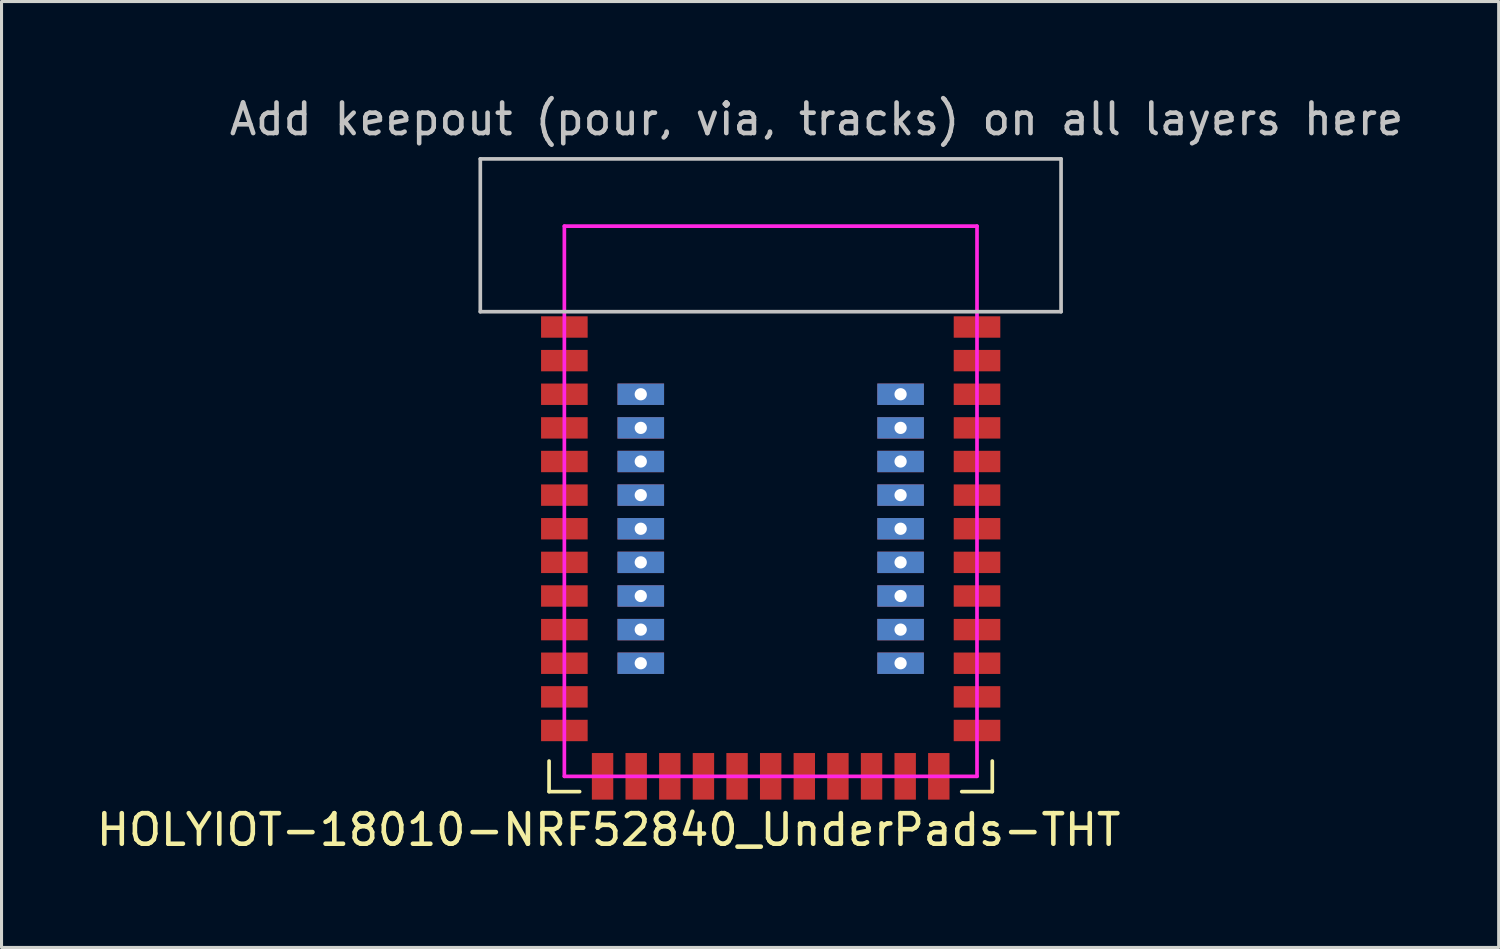
<source format=kicad_pcb>
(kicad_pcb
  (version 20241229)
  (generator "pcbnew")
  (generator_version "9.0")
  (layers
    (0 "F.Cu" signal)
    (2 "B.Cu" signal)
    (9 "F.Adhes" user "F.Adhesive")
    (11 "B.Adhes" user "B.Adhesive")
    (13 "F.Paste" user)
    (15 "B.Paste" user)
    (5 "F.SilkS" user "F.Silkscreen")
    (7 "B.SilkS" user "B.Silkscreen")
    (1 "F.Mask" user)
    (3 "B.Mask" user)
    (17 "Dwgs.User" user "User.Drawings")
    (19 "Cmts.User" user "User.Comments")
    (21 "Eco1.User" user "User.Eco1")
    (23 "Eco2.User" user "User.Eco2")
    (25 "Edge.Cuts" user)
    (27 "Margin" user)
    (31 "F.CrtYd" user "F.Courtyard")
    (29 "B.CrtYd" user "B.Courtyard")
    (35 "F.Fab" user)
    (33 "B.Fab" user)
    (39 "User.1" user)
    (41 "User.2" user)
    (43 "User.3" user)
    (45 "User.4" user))
  (footprint "HOLYIOT-18010-NRF52840_UnderPads-THT"
    (layer "F.Cu")
    (at 22.163 13.348)
    (property "Reference" "HOLYIOT-18010-NRF52840_UnderPads-THT" (at -5.3 10.75 0) (layer "F.SilkS") (effects (font (size 1 1) (thickness 0.15))))
    (attr smd)
    (fp_line (start -7.25 8.5) (end -7.25 9.5) (stroke (width 0.12) (type solid)) (layer "F.SilkS"))
    (fp_line (start -6.25 9.5) (end -7.25 9.5) (stroke (width 0.12) (type solid)) (layer "F.SilkS"))
    (fp_line (start 6.25 9.5) (end 7.25 9.5) (stroke (width 0.12) (type solid)) (layer "F.SilkS"))
    (fp_line (start 7.25 8.5) (end 7.25 9.5) (stroke (width 0.12) (type solid)) (layer "F.SilkS"))
    (fp_line (start -9.5 -11.2) (end 9.5 -11.2) (stroke (width 0.12) (type solid)) (layer "Dwgs.User"))
    (fp_line (start -9.5 -6.2) (end -9.5 -11.2) (stroke (width 0.12) (type solid)) (layer "Dwgs.User"))
    (fp_line (start 9.5 -11.2) (end 9.5 -6.2) (stroke (width 0.12) (type solid)) (layer "Dwgs.User"))
    (fp_line (start 9.5 -6.2) (end -9.5 -6.2) (stroke (width 0.12) (type solid)) (layer "Dwgs.User"))
    (fp_line (start -6.75 -9) (end 6.75 -9) (stroke (width 0.12) (type solid)) (layer "F.CrtYd"))
    (fp_line (start -6.75 9) (end -6.75 -9) (stroke (width 0.12) (type solid)) (layer "F.CrtYd"))
    (fp_line (start 6.75 -9) (end 6.75 9) (stroke (width 0.12) (type solid)) (layer "F.CrtYd"))
    (fp_line (start 6.75 9) (end -6.75 9) (stroke (width 0.12) (type solid)) (layer "F.CrtYd"))
    (fp_text user "Add keepout (pour, via, tracks) on all layers here" (at 1.5 -12.5 0) (layer "Dwgs.User") (effects (font (size 1 1) (thickness 0.15))))
    (pad "1" smd rect (at -6.75 -5.7) (size 1.524 0.7) (layers "F.Cu" "F.Mask" "F.Paste"))
    (pad "2" smd rect (at -6.75 -4.6) (size 1.524 0.7) (layers "F.Cu" "F.Mask" "F.Paste"))
    (pad "3" smd rect (at -6.75 -3.5) (size 1.524 0.7) (layers "F.Cu" "F.Mask" "F.Paste"))
    (pad "4" smd rect (at -6.75 -2.4) (size 1.524 0.7) (layers "F.Cu" "F.Mask" "F.Paste"))
    (pad "5" smd rect (at -6.75 -1.3) (size 1.524 0.7) (layers "F.Cu" "F.Mask" "F.Paste"))
    (pad "6" smd rect (at -6.75 -0.2) (size 1.524 0.7) (layers "F.Cu" "F.Mask" "F.Paste"))
    (pad "7" smd rect (at -6.75 0.9) (size 1.524 0.7) (layers "F.Cu" "F.Mask" "F.Paste"))
    (pad "8" smd rect (at -6.75 2) (size 1.524 0.7) (layers "F.Cu" "F.Mask" "F.Paste"))
    (pad "9" smd rect (at -6.75 3.1) (size 1.524 0.7) (layers "F.Cu" "F.Mask" "F.Paste"))
    (pad "10" smd rect (at -6.75 4.2) (size 1.524 0.7) (layers "F.Cu" "F.Mask" "F.Paste"))
    (pad "11" smd rect (at -6.75 5.3) (size 1.524 0.7) (layers "F.Cu" "F.Mask" "F.Paste"))
    (pad "12" smd rect (at -6.75 6.4) (size 1.524 0.7) (layers "F.Cu" "F.Mask" "F.Paste"))
    (pad "13" smd rect (at -6.75 7.5) (size 1.524 0.7) (layers "F.Cu" "F.Mask" "F.Paste"))
    (pad "14" smd rect (at -5.5 9 90) (size 1.524 0.7) (layers "F.Cu" "F.Mask" "F.Paste"))
    (pad "15" smd rect (at -4.4 9 90) (size 1.524 0.7) (layers "F.Cu" "F.Mask" "F.Paste"))
    (pad "16" smd rect (at -3.3 9 90) (size 1.524 0.7) (layers "F.Cu" "F.Mask" "F.Paste"))
    (pad "17" smd rect (at -2.2 9 90) (size 1.524 0.7) (layers "F.Cu" "F.Mask" "F.Paste"))
    (pad "18" smd rect (at -1.1 9 90) (size 1.524 0.7) (layers "F.Cu" "F.Mask" "F.Paste"))
    (pad "19" smd rect (at 0 9 90) (size 1.524 0.7) (layers "F.Cu" "F.Mask" "F.Paste"))
    (pad "20" smd rect (at 1.1 9 90) (size 1.524 0.7) (layers "F.Cu" "F.Mask" "F.Paste"))
    (pad "21" smd rect (at 2.2 9 90) (size 1.524 0.7) (layers "F.Cu" "F.Mask" "F.Paste"))
    (pad "22" smd rect (at 3.3 9 90) (size 1.524 0.7) (layers "F.Cu" "F.Mask" "F.Paste"))
    (pad "23" smd rect (at 4.4 9 90) (size 1.524 0.7) (layers "F.Cu" "F.Mask" "F.Paste"))
    (pad "24" smd rect (at 5.5 9 90) (size 1.524 0.7) (layers "F.Cu" "F.Mask" "F.Paste"))
    (pad "25" smd rect (at 6.75 7.5 180) (size 1.524 0.7) (layers "F.Cu" "F.Mask" "F.Paste"))
    (pad "26" smd rect (at 6.75 6.4 180) (size 1.524 0.7) (layers "F.Cu" "F.Mask" "F.Paste"))
    (pad "27" smd rect (at 6.75 5.3 180) (size 1.524 0.7) (layers "F.Cu" "F.Mask" "F.Paste"))
    (pad "28" smd rect (at 6.75 4.2 180) (size 1.524 0.7) (layers "F.Cu" "F.Mask" "F.Paste"))
    (pad "29" smd rect (at 6.75 3.1 180) (size 1.524 0.7) (layers "F.Cu" "F.Mask" "F.Paste"))
    (pad "30" smd rect (at 6.75 2 180) (size 1.524 0.7) (layers "F.Cu" "F.Mask" "F.Paste"))
    (pad "31" smd rect (at 6.75 0.9 180) (size 1.524 0.7) (layers "F.Cu" "F.Mask" "F.Paste"))
    (pad "32" smd rect (at 6.75 -0.2 180) (size 1.524 0.7) (layers "F.Cu" "F.Mask" "F.Paste"))
    (pad "33" smd rect (at 6.75 -1.3 180) (size 1.524 0.7) (layers "F.Cu" "F.Mask" "F.Paste"))
    (pad "34" smd rect (at 6.75 -2.4 180) (size 1.524 0.7) (layers "F.Cu" "F.Mask" "F.Paste"))
    (pad "35" smd rect (at 6.75 -3.5 180) (size 1.524 0.7) (layers "F.Cu" "F.Mask" "F.Paste"))
    (pad "36" smd rect (at 6.75 -4.6 180) (size 1.524 0.7) (layers "F.Cu" "F.Mask" "F.Paste"))
    (pad "37" smd rect (at 6.75 -5.7 180) (size 1.524 0.7) (layers "F.Cu" "F.Mask" "F.Paste"))
    (pad "38" thru_hole rect (at -4.25 -3.5 180) (size 1.524 0.7) (drill 0.4) (layers "*.Cu" "*.Mask"))
    (pad "39" thru_hole rect (at -4.25 -2.4 180) (size 1.524 0.7) (drill 0.4) (layers "*.Cu" "*.Mask"))
    (pad "40" thru_hole rect (at -4.25 -1.3 180) (size 1.524 0.7) (drill 0.4) (layers "*.Cu" "*.Mask"))
    (pad "41" thru_hole rect (at -4.25 -0.2 180) (size 1.524 0.7) (drill 0.4) (layers "*.Cu" "*.Mask"))
    (pad "42" thru_hole rect (at -4.25 0.9 180) (size 1.524 0.7) (drill 0.4) (layers "*.Cu" "*.Mask"))
    (pad "43" thru_hole rect (at -4.25 2 180) (size 1.524 0.7) (drill 0.4) (layers "*.Cu" "*.Mask"))
    (pad "44" thru_hole rect (at -4.25 3.1 180) (size 1.524 0.7) (drill 0.4) (layers "*.Cu" "*.Mask"))
    (pad "45" thru_hole rect (at -4.25 4.2 180) (size 1.524 0.7) (drill 0.4) (layers "*.Cu" "*.Mask"))
    (pad "46" thru_hole rect (at -4.25 5.3 180) (size 1.524 0.7) (drill 0.4) (layers "*.Cu" "*.Mask"))
    (pad "47" thru_hole rect (at 4.25 -3.5 180) (size 1.524 0.7) (drill 0.4) (layers "*.Cu" "*.Mask"))
    (pad "48" thru_hole rect (at 4.25 -2.4 180) (size 1.524 0.7) (drill 0.4) (layers "*.Cu" "*.Mask"))
    (pad "49" thru_hole rect (at 4.25 -1.3 180) (size 1.524 0.7) (drill 0.4) (layers "*.Cu" "*.Mask"))
    (pad "50" thru_hole rect (at 4.25 -0.2 180) (size 1.524 0.7) (drill 0.4) (layers "*.Cu" "*.Mask"))
    (pad "51" thru_hole rect (at 4.25 0.9 180) (size 1.524 0.7) (drill 0.4) (layers "*.Cu" "*.Mask"))
    (pad "52" thru_hole rect (at 4.25 2 180) (size 1.524 0.7) (drill 0.4) (layers "*.Cu" "*.Mask"))
    (pad "53" thru_hole rect (at 4.25 3.1 180) (size 1.524 0.7) (drill 0.4) (layers "*.Cu" "*.Mask"))
    (pad "54" thru_hole rect (at 4.25 4.2 180) (size 1.524 0.7) (drill 0.4) (layers "*.Cu" "*.Mask"))
    (pad "55" thru_hole rect (at 4.25 5.3 180) (size 1.524 0.7) (drill 0.4) (layers "*.Cu" "*.Mask")))
  (gr_rect
    (start -3 -3)
    (end 45.979 27.947)
    (stroke (width 0.1) (type default))
    (fill no)
    (layer "Edge.Cuts")))
</source>
